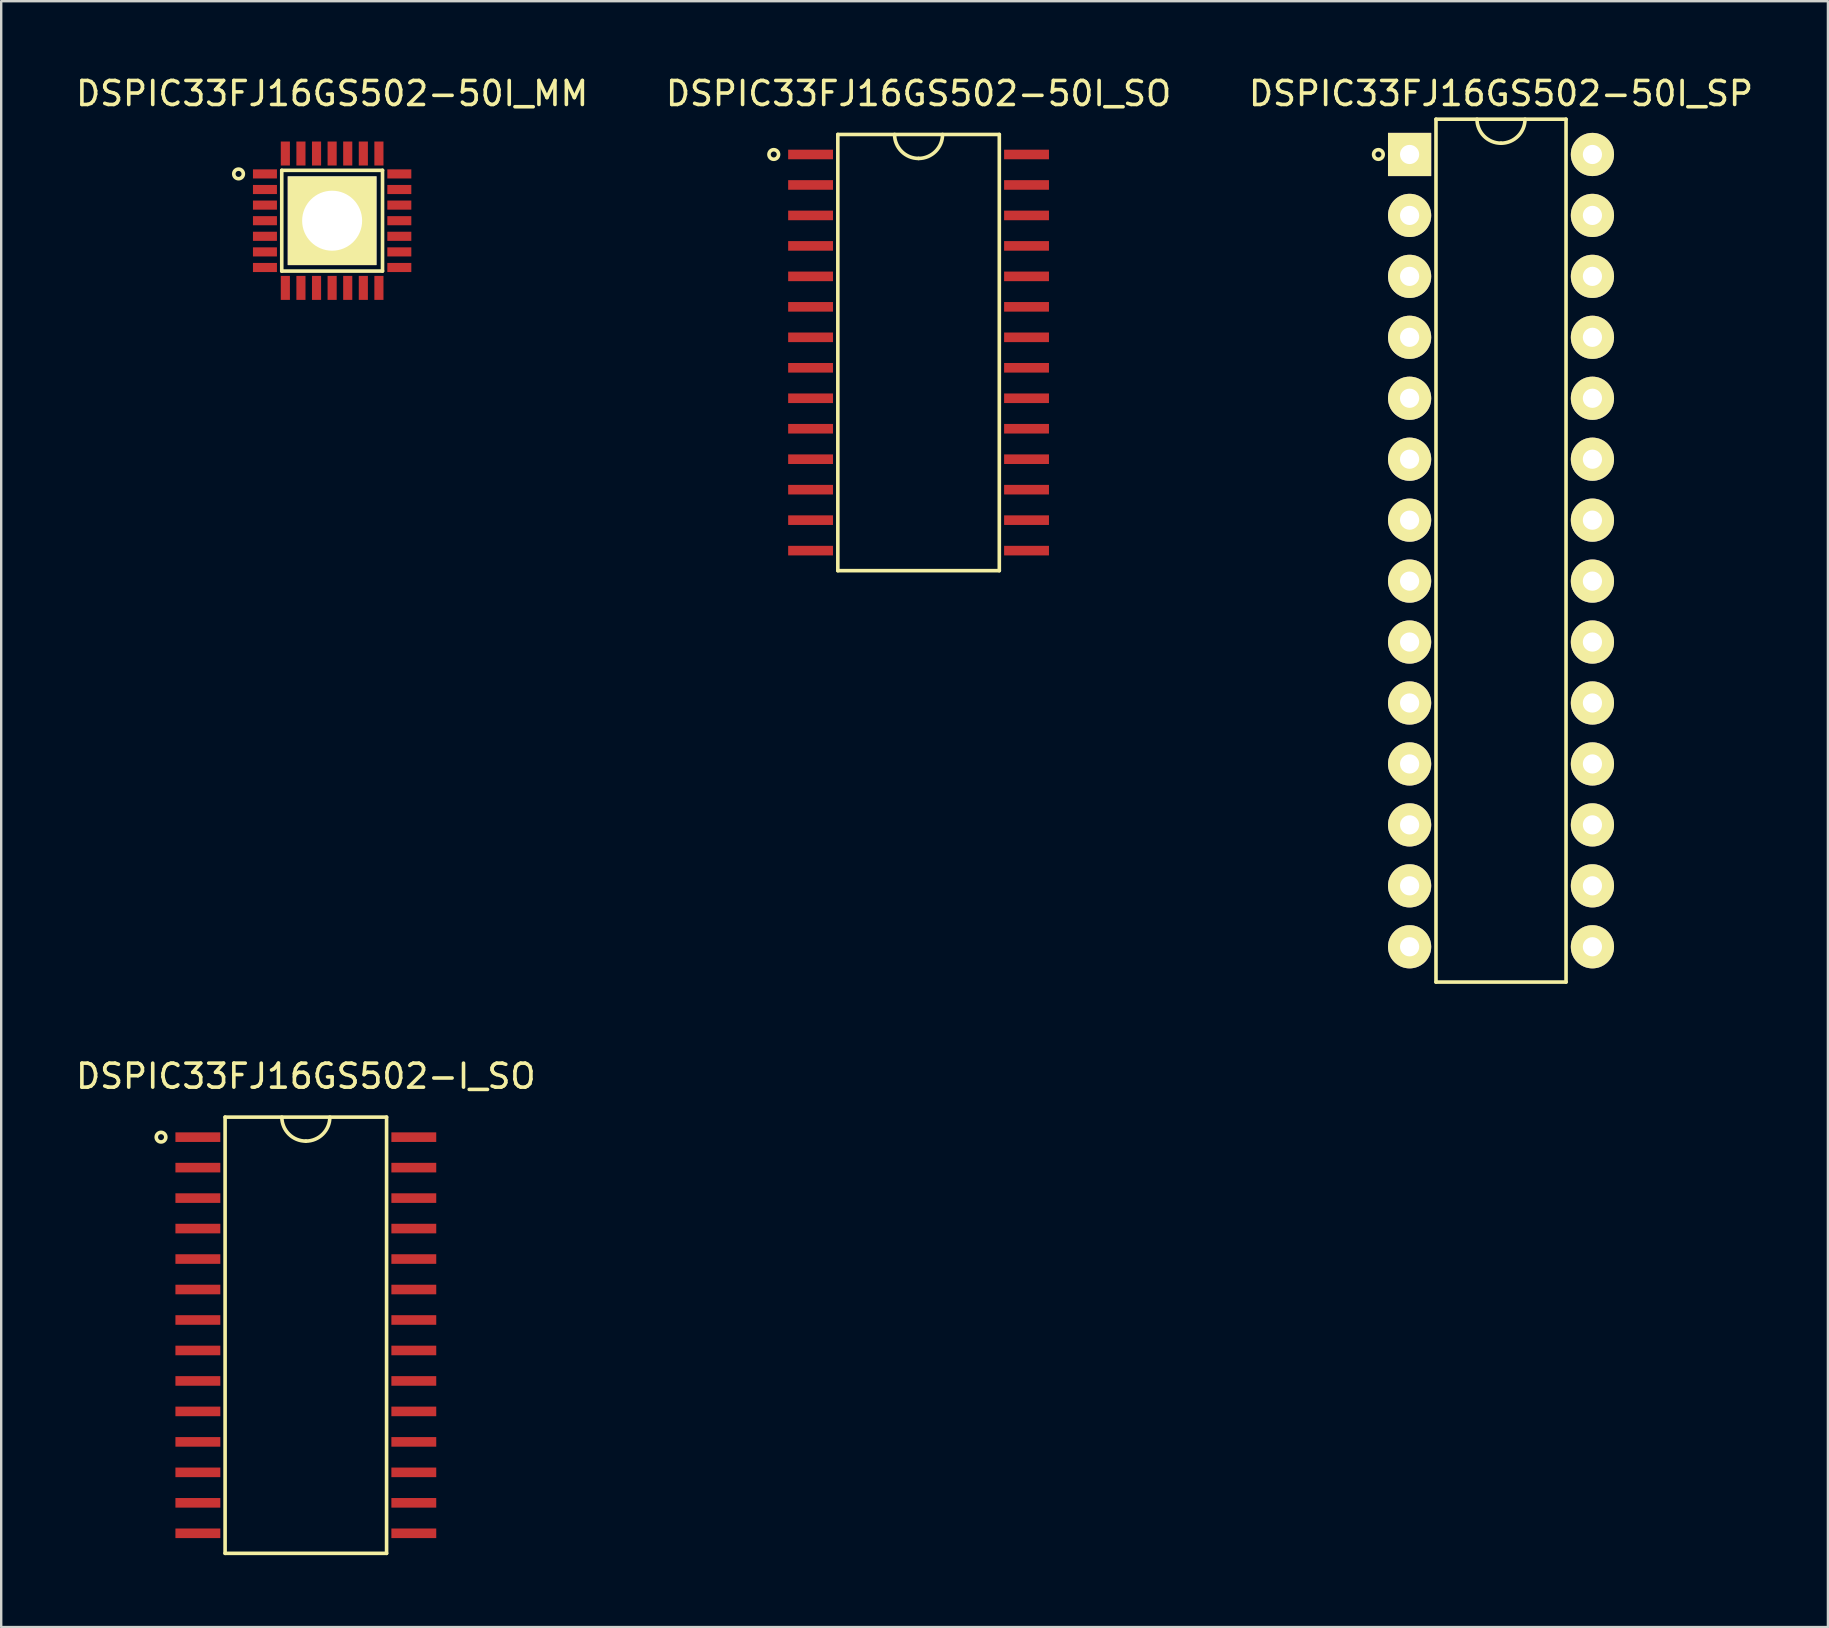
<source format=kicad_pcb>
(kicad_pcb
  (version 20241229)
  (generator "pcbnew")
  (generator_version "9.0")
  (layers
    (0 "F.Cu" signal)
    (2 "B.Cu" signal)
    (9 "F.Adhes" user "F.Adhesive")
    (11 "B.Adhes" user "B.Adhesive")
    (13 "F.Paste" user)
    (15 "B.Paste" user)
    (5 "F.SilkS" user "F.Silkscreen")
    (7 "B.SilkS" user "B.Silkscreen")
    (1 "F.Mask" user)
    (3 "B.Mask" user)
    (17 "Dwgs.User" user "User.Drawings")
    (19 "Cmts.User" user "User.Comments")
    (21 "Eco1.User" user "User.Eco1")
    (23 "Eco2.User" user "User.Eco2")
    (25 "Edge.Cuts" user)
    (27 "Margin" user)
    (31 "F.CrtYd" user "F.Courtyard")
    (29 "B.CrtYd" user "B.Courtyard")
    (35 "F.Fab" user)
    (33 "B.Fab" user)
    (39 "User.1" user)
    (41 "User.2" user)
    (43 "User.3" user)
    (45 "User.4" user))
  (footprint "DSPIC33FJ16GS502-50I_SO"
    (layer "F.Cu")
    (at 30.732 3.388)
    (property "Reference" "DSPIC33FJ16GS502-50I_SO" (at 4.5 -2.54 0) (layer "F.SilkS") (effects (font (size 1 1) (thickness 0.15))))
    (attr through_hole)
    (fp_line (start 1.135 -0.835) (end 7.865 -0.835) (stroke (width 0.15) (type solid)) (layer "F.SilkS"))
    (fp_line (start 1.135 17.345) (end 1.135 -0.835) (stroke (width 0.15) (type solid)) (layer "F.SilkS"))
    (fp_line (start 7.865 -0.835) (end 7.865 17.345) (stroke (width 0.15) (type solid)) (layer "F.SilkS"))
    (fp_line (start 7.865 17.345) (end 1.135 17.345) (stroke (width 0.15) (type solid)) (layer "F.SilkS"))
    (fp_arc (start 4.5 0.165) (mid 3.792893 -0.127893) (end 3.5 -0.835) (stroke (width 0.15) (type solid)) (layer "F.SilkS"))
    (fp_arc (start 5.5 -0.835) (mid 5.207107 -0.127893) (end 4.5 0.165) (stroke (width 0.15) (type solid)) (layer "F.SilkS"))
    (fp_circle (center -1.535 0) (end -1.535 0.2) (stroke (width 0.15) (type solid)) (fill no) (layer "F.SilkS"))
    (pad "1" smd rect (at 0 0) (size 1.87 0.4) (layers "F.Cu" "F.Mask" "F.Paste"))
    (pad "2" smd rect (at 0 1.27) (size 1.87 0.4) (layers "F.Cu" "F.Mask" "F.Paste"))
    (pad "3" smd rect (at 0 2.54) (size 1.87 0.4) (layers "F.Cu" "F.Mask" "F.Paste"))
    (pad "4" smd rect (at 0 3.81) (size 1.87 0.4) (layers "F.Cu" "F.Mask" "F.Paste"))
    (pad "5" smd rect (at 0 5.08) (size 1.87 0.4) (layers "F.Cu" "F.Mask" "F.Paste"))
    (pad "6" smd rect (at 0 6.35) (size 1.87 0.4) (layers "F.Cu" "F.Mask" "F.Paste"))
    (pad "7" smd rect (at 0 7.62) (size 1.87 0.4) (layers "F.Cu" "F.Mask" "F.Paste"))
    (pad "8" smd rect (at 0 8.89) (size 1.87 0.4) (layers "F.Cu" "F.Mask" "F.Paste"))
    (pad "9" smd rect (at 0 10.16) (size 1.87 0.4) (layers "F.Cu" "F.Mask" "F.Paste"))
    (pad "10" smd rect (at 0 11.43) (size 1.87 0.4) (layers "F.Cu" "F.Mask" "F.Paste"))
    (pad "11" smd rect (at 0 12.7) (size 1.87 0.4) (layers "F.Cu" "F.Mask" "F.Paste"))
    (pad "12" smd rect (at 0 13.97) (size 1.87 0.4) (layers "F.Cu" "F.Mask" "F.Paste"))
    (pad "13" smd rect (at 0 15.24) (size 1.87 0.4) (layers "F.Cu" "F.Mask" "F.Paste"))
    (pad "14" smd rect (at 0 16.51) (size 1.87 0.4) (layers "F.Cu" "F.Mask" "F.Paste"))
    (pad "15" smd rect (at 9 16.51) (size 1.87 0.4) (layers "F.Cu" "F.Mask" "F.Paste"))
    (pad "16" smd rect (at 9 15.24) (size 1.87 0.4) (layers "F.Cu" "F.Mask" "F.Paste"))
    (pad "17" smd rect (at 9 13.97) (size 1.87 0.4) (layers "F.Cu" "F.Mask" "F.Paste"))
    (pad "18" smd rect (at 9 12.7) (size 1.87 0.4) (layers "F.Cu" "F.Mask" "F.Paste"))
    (pad "19" smd rect (at 9 11.43) (size 1.87 0.4) (layers "F.Cu" "F.Mask" "F.Paste"))
    (pad "20" smd rect (at 9 10.16) (size 1.87 0.4) (layers "F.Cu" "F.Mask" "F.Paste"))
    (pad "21" smd rect (at 9 8.89) (size 1.87 0.4) (layers "F.Cu" "F.Mask" "F.Paste"))
    (pad "22" smd rect (at 9 7.62) (size 1.87 0.4) (layers "F.Cu" "F.Mask" "F.Paste"))
    (pad "23" smd rect (at 9 6.35) (size 1.87 0.4) (layers "F.Cu" "F.Mask" "F.Paste"))
    (pad "24" smd rect (at 9 5.08) (size 1.87 0.4) (layers "F.Cu" "F.Mask" "F.Paste"))
    (pad "25" smd rect (at 9 3.81) (size 1.87 0.4) (layers "F.Cu" "F.Mask" "F.Paste"))
    (pad "26" smd rect (at 9 2.54) (size 1.87 0.4) (layers "F.Cu" "F.Mask" "F.Paste"))
    (pad "27" smd rect (at 9 1.27) (size 1.87 0.4) (layers "F.Cu" "F.Mask" "F.Paste"))
    (pad "28" smd rect (at 9 0) (size 1.87 0.4) (layers "F.Cu" "F.Mask" "F.Paste")))
  (footprint "DSPIC33FJ16GS502-50I_SP"
    (layer "F.Cu")
    (at 55.696 3.388)
    (property "Reference" "DSPIC33FJ16GS502-50I_SP" (at 3.81 -2.54 0) (layer "F.SilkS") (effects (font (size 1 1) (thickness 0.15))))
    (attr through_hole)
    (fp_line (start 1.1 -1.47) (end 6.52 -1.47) (stroke (width 0.15) (type solid)) (layer "F.SilkS"))
    (fp_line (start 1.1 34.49) (end 1.1 -1.47) (stroke (width 0.15) (type solid)) (layer "F.SilkS"))
    (fp_line (start 6.52 -1.47) (end 6.52 34.49) (stroke (width 0.15) (type solid)) (layer "F.SilkS"))
    (fp_line (start 6.52 34.49) (end 1.1 34.49) (stroke (width 0.15) (type solid)) (layer "F.SilkS"))
    (fp_arc (start 3.81 -0.47) (mid 3.102893 -0.762893) (end 2.81 -1.47) (stroke (width 0.15) (type solid)) (layer "F.SilkS"))
    (fp_arc (start 4.81 -1.47) (mid 4.517107 -0.762893) (end 3.81 -0.47) (stroke (width 0.15) (type solid)) (layer "F.SilkS"))
    (fp_circle (center -1.3 0) (end -1.3 0.2) (stroke (width 0.15) (type solid)) (fill no) (layer "F.SilkS"))
    (pad "1" thru_hole rect (at 0 0) (size 1.8 1.8) (drill 0.8) (layers "*.Cu" "*.Mask" "F.SilkS"))
    (pad "2" thru_hole circle (at 0 2.54) (size 1.8 1.8) (drill 0.8) (layers "*.Cu" "*.Mask" "F.SilkS"))
    (pad "3" thru_hole circle (at 0 5.08) (size 1.8 1.8) (drill 0.8) (layers "*.Cu" "*.Mask" "F.SilkS"))
    (pad "4" thru_hole circle (at 0 7.62) (size 1.8 1.8) (drill 0.8) (layers "*.Cu" "*.Mask" "F.SilkS"))
    (pad "5" thru_hole circle (at 0 10.16) (size 1.8 1.8) (drill 0.8) (layers "*.Cu" "*.Mask" "F.SilkS"))
    (pad "6" thru_hole circle (at 0 12.7) (size 1.8 1.8) (drill 0.8) (layers "*.Cu" "*.Mask" "F.SilkS"))
    (pad "7" thru_hole circle (at 0 15.24) (size 1.8 1.8) (drill 0.8) (layers "*.Cu" "*.Mask" "F.SilkS"))
    (pad "8" thru_hole circle (at 0 17.78) (size 1.8 1.8) (drill 0.8) (layers "*.Cu" "*.Mask" "F.SilkS"))
    (pad "9" thru_hole circle (at 0 20.32) (size 1.8 1.8) (drill 0.8) (layers "*.Cu" "*.Mask" "F.SilkS"))
    (pad "10" thru_hole circle (at 0 22.86) (size 1.8 1.8) (drill 0.8) (layers "*.Cu" "*.Mask" "F.SilkS"))
    (pad "11" thru_hole circle (at 0 25.4) (size 1.8 1.8) (drill 0.8) (layers "*.Cu" "*.Mask" "F.SilkS"))
    (pad "12" thru_hole circle (at 0 27.94) (size 1.8 1.8) (drill 0.8) (layers "*.Cu" "*.Mask" "F.SilkS"))
    (pad "13" thru_hole circle (at 0 30.48) (size 1.8 1.8) (drill 0.8) (layers "*.Cu" "*.Mask" "F.SilkS"))
    (pad "14" thru_hole circle (at 0 33.02) (size 1.8 1.8) (drill 0.8) (layers "*.Cu" "*.Mask" "F.SilkS"))
    (pad "15" thru_hole circle (at 7.62 33.02) (size 1.8 1.8) (drill 0.8) (layers "*.Cu" "*.Mask" "F.SilkS"))
    (pad "16" thru_hole circle (at 7.62 30.48) (size 1.8 1.8) (drill 0.8) (layers "*.Cu" "*.Mask" "F.SilkS"))
    (pad "17" thru_hole circle (at 7.62 27.94) (size 1.8 1.8) (drill 0.8) (layers "*.Cu" "*.Mask" "F.SilkS"))
    (pad "18" thru_hole circle (at 7.62 25.4) (size 1.8 1.8) (drill 0.8) (layers "*.Cu" "*.Mask" "F.SilkS"))
    (pad "19" thru_hole circle (at 7.62 22.86) (size 1.8 1.8) (drill 0.8) (layers "*.Cu" "*.Mask" "F.SilkS"))
    (pad "20" thru_hole circle (at 7.62 20.32) (size 1.8 1.8) (drill 0.8) (layers "*.Cu" "*.Mask" "F.SilkS"))
    (pad "21" thru_hole circle (at 7.62 17.78) (size 1.8 1.8) (drill 0.8) (layers "*.Cu" "*.Mask" "F.SilkS"))
    (pad "22" thru_hole circle (at 7.62 15.24) (size 1.8 1.8) (drill 0.8) (layers "*.Cu" "*.Mask" "F.SilkS"))
    (pad "23" thru_hole circle (at 7.62 12.7) (size 1.8 1.8) (drill 0.8) (layers "*.Cu" "*.Mask" "F.SilkS"))
    (pad "24" thru_hole circle (at 7.62 10.16) (size 1.8 1.8) (drill 0.8) (layers "*.Cu" "*.Mask" "F.SilkS"))
    (pad "25" thru_hole circle (at 7.62 7.62) (size 1.8 1.8) (drill 0.8) (layers "*.Cu" "*.Mask" "F.SilkS"))
    (pad "26" thru_hole circle (at 7.62 5.08) (size 1.8 1.8) (drill 0.8) (layers "*.Cu" "*.Mask" "F.SilkS"))
    (pad "27" thru_hole circle (at 7.62 2.54) (size 1.8 1.8) (drill 0.8) (layers "*.Cu" "*.Mask" "F.SilkS"))
    (pad "28" thru_hole circle (at 7.62 0) (size 1.8 1.8) (drill 0.8) (layers "*.Cu" "*.Mask" "F.SilkS")))
  (footprint "DSPIC33FJ16GS502-I_SO"
    (layer "F.Cu")
    (at 5.196 44.342)
    (property "Reference" "DSPIC33FJ16GS502-I_SO" (at 4.5 -2.54 0) (layer "F.SilkS") (effects (font (size 1 1) (thickness 0.15))))
    (attr through_hole)
    (fp_line (start 1.135 -0.835) (end 7.865 -0.835) (stroke (width 0.15) (type solid)) (layer "F.SilkS"))
    (fp_line (start 1.135 17.345) (end 1.135 -0.835) (stroke (width 0.15) (type solid)) (layer "F.SilkS"))
    (fp_line (start 7.865 -0.835) (end 7.865 17.345) (stroke (width 0.15) (type solid)) (layer "F.SilkS"))
    (fp_line (start 7.865 17.345) (end 1.135 17.345) (stroke (width 0.15) (type solid)) (layer "F.SilkS"))
    (fp_arc (start 4.5 0.165) (mid 3.792893 -0.127893) (end 3.5 -0.835) (stroke (width 0.15) (type solid)) (layer "F.SilkS"))
    (fp_arc (start 5.5 -0.835) (mid 5.207107 -0.127893) (end 4.5 0.165) (stroke (width 0.15) (type solid)) (layer "F.SilkS"))
    (fp_circle (center -1.535 0) (end -1.535 0.2) (stroke (width 0.15) (type solid)) (fill no) (layer "F.SilkS"))
    (pad "1" smd rect (at 0 0) (size 1.87 0.4) (layers "F.Cu" "F.Mask" "F.Paste"))
    (pad "2" smd rect (at 0 1.27) (size 1.87 0.4) (layers "F.Cu" "F.Mask" "F.Paste"))
    (pad "3" smd rect (at 0 2.54) (size 1.87 0.4) (layers "F.Cu" "F.Mask" "F.Paste"))
    (pad "4" smd rect (at 0 3.81) (size 1.87 0.4) (layers "F.Cu" "F.Mask" "F.Paste"))
    (pad "5" smd rect (at 0 5.08) (size 1.87 0.4) (layers "F.Cu" "F.Mask" "F.Paste"))
    (pad "6" smd rect (at 0 6.35) (size 1.87 0.4) (layers "F.Cu" "F.Mask" "F.Paste"))
    (pad "7" smd rect (at 0 7.62) (size 1.87 0.4) (layers "F.Cu" "F.Mask" "F.Paste"))
    (pad "8" smd rect (at 0 8.89) (size 1.87 0.4) (layers "F.Cu" "F.Mask" "F.Paste"))
    (pad "9" smd rect (at 0 10.16) (size 1.87 0.4) (layers "F.Cu" "F.Mask" "F.Paste"))
    (pad "10" smd rect (at 0 11.43) (size 1.87 0.4) (layers "F.Cu" "F.Mask" "F.Paste"))
    (pad "11" smd rect (at 0 12.7) (size 1.87 0.4) (layers "F.Cu" "F.Mask" "F.Paste"))
    (pad "12" smd rect (at 0 13.97) (size 1.87 0.4) (layers "F.Cu" "F.Mask" "F.Paste"))
    (pad "13" smd rect (at 0 15.24) (size 1.87 0.4) (layers "F.Cu" "F.Mask" "F.Paste"))
    (pad "14" smd rect (at 0 16.51) (size 1.87 0.4) (layers "F.Cu" "F.Mask" "F.Paste"))
    (pad "15" smd rect (at 9 16.51) (size 1.87 0.4) (layers "F.Cu" "F.Mask" "F.Paste"))
    (pad "16" smd rect (at 9 15.24) (size 1.87 0.4) (layers "F.Cu" "F.Mask" "F.Paste"))
    (pad "17" smd rect (at 9 13.97) (size 1.87 0.4) (layers "F.Cu" "F.Mask" "F.Paste"))
    (pad "18" smd rect (at 9 12.7) (size 1.87 0.4) (layers "F.Cu" "F.Mask" "F.Paste"))
    (pad "19" smd rect (at 9 11.43) (size 1.87 0.4) (layers "F.Cu" "F.Mask" "F.Paste"))
    (pad "20" smd rect (at 9 10.16) (size 1.87 0.4) (layers "F.Cu" "F.Mask" "F.Paste"))
    (pad "21" smd rect (at 9 8.89) (size 1.87 0.4) (layers "F.Cu" "F.Mask" "F.Paste"))
    (pad "22" smd rect (at 9 7.62) (size 1.87 0.4) (layers "F.Cu" "F.Mask" "F.Paste"))
    (pad "23" smd rect (at 9 6.35) (size 1.87 0.4) (layers "F.Cu" "F.Mask" "F.Paste"))
    (pad "24" smd rect (at 9 5.08) (size 1.87 0.4) (layers "F.Cu" "F.Mask" "F.Paste"))
    (pad "25" smd rect (at 9 3.81) (size 1.87 0.4) (layers "F.Cu" "F.Mask" "F.Paste"))
    (pad "26" smd rect (at 9 2.54) (size 1.87 0.4) (layers "F.Cu" "F.Mask" "F.Paste"))
    (pad "27" smd rect (at 9 1.27) (size 1.87 0.4) (layers "F.Cu" "F.Mask" "F.Paste"))
    (pad "28" smd rect (at 9 0) (size 1.87 0.4) (layers "F.Cu" "F.Mask" "F.Paste")))
  (footprint "DSPIC33FJ16GS502-50I_MM"
    (layer "F.Cu")
    (at 7.992 3.348)
    (property "Reference" "DSPIC33FJ16GS502-50I_MM" (at 2.8 -2.5 0) (layer "F.SilkS") (effects (font (size 1 1) (thickness 0.15))))
    (attr through_hole)
    (fp_line (start 0.7 0.7) (end 0.7 4.9) (stroke (width 0.15) (type solid)) (layer "F.SilkS"))
    (fp_line (start 0.7 0.7) (end 4.9 0.7) (stroke (width 0.15) (type solid)) (layer "F.SilkS"))
    (fp_line (start 0.7 4.9) (end 4.9 4.9) (stroke (width 0.15) (type solid)) (layer "F.SilkS"))
    (fp_line (start 4.9 4.9) (end 4.9 0.7) (stroke (width 0.15) (type solid)) (layer "F.SilkS"))
    (fp_circle (center -1.1 0.85) (end -1.1 0.65) (stroke (width 0.15) (type solid)) (fill no) (layer "F.SilkS"))
    (fp_circle (center 1.7 1.7) (end 1.7 1.2) (stroke (width 0.15) (type solid)) (fill no) (layer "F.SilkS"))
    (pad "1" smd rect (at 0 0.85) (size 1 0.38) (layers "F.Cu" "F.Mask" "F.Paste"))
    (pad "2" smd rect (at 0 1.5) (size 1 0.38) (layers "F.Cu" "F.Mask" "F.Paste"))
    (pad "3" smd rect (at 0 2.15) (size 1 0.38) (layers "F.Cu" "F.Mask" "F.Paste"))
    (pad "4" smd rect (at 0 2.8) (size 1 0.38) (layers "F.Cu" "F.Mask" "F.Paste"))
    (pad "5" smd rect (at 0 3.45) (size 1 0.38) (layers "F.Cu" "F.Mask" "F.Paste"))
    (pad "6" smd rect (at 0 4.1) (size 1 0.38) (layers "F.Cu" "F.Mask" "F.Paste"))
    (pad "7" smd rect (at 0 4.75) (size 1 0.38) (layers "F.Cu" "F.Mask" "F.Paste"))
    (pad "8" smd rect (at 0.85 5.6) (size 0.38 1) (layers "F.Cu" "F.Mask" "F.Paste"))
    (pad "9" smd rect (at 1.5 5.6) (size 0.38 1) (layers "F.Cu" "F.Mask" "F.Paste"))
    (pad "10" smd rect (at 2.15 5.6) (size 0.38 1) (layers "F.Cu" "F.Mask" "F.Paste"))
    (pad "11" smd rect (at 2.8 5.6) (size 0.38 1) (layers "F.Cu" "F.Mask" "F.Paste"))
    (pad "12" smd rect (at 3.45 5.6) (size 0.38 1) (layers "F.Cu" "F.Mask" "F.Paste"))
    (pad "13" smd rect (at 4.1 5.6) (size 0.38 1) (layers "F.Cu" "F.Mask" "F.Paste"))
    (pad "14" smd rect (at 4.75 5.6) (size 0.38 1) (layers "F.Cu" "F.Mask" "F.Paste"))
    (pad "15" smd rect (at 5.6 4.75) (size 1 0.38) (layers "F.Cu" "F.Mask" "F.Paste"))
    (pad "16" smd rect (at 5.6 4.1) (size 1 0.38) (layers "F.Cu" "F.Mask" "F.Paste"))
    (pad "17" smd rect (at 5.6 3.45) (size 1 0.38) (layers "F.Cu" "F.Mask" "F.Paste"))
    (pad "18" smd rect (at 5.6 2.8) (size 1 0.38) (layers "F.Cu" "F.Mask" "F.Paste"))
    (pad "19" smd rect (at 5.6 2.15) (size 1 0.38) (layers "F.Cu" "F.Mask" "F.Paste"))
    (pad "20" smd rect (at 5.6 1.5) (size 1 0.38) (layers "F.Cu" "F.Mask" "F.Paste"))
    (pad "21" smd rect (at 5.6 0.85) (size 1 0.38) (layers "F.Cu" "F.Mask" "F.Paste"))
    (pad "22" smd rect (at 4.75 0) (size 0.38 1) (layers "F.Cu" "F.Mask" "F.Paste"))
    (pad "23" smd rect (at 4.1 0) (size 0.38 1) (layers "F.Cu" "F.Mask" "F.Paste"))
    (pad "24" smd rect (at 3.45 0) (size 0.38 1) (layers "F.Cu" "F.Mask" "F.Paste"))
    (pad "25" smd rect (at 2.8 0) (size 0.38 1) (layers "F.Cu" "F.Mask" "F.Paste"))
    (pad "26" smd rect (at 2.15 0) (size 0.38 1) (layers "F.Cu" "F.Mask" "F.Paste"))
    (pad "27" smd rect (at 1.5 0) (size 0.38 1) (layers "F.Cu" "F.Mask" "F.Paste"))
    (pad "28" smd rect (at 0.85 0) (size 0.38 1) (layers "F.Cu" "F.Mask" "F.Paste"))
    (pad "999" thru_hole rect (at 2.8 2.8) (size 3.7 3.7) (drill 2.5) (layers "*.Cu" "*.Mask" "F.SilkS")))
  (gr_rect
    (start -3 -3)
    (end 73.131 64.761)
    (stroke (width 0.1) (type default))
    (fill no)
    (layer "Edge.Cuts")))
</source>
